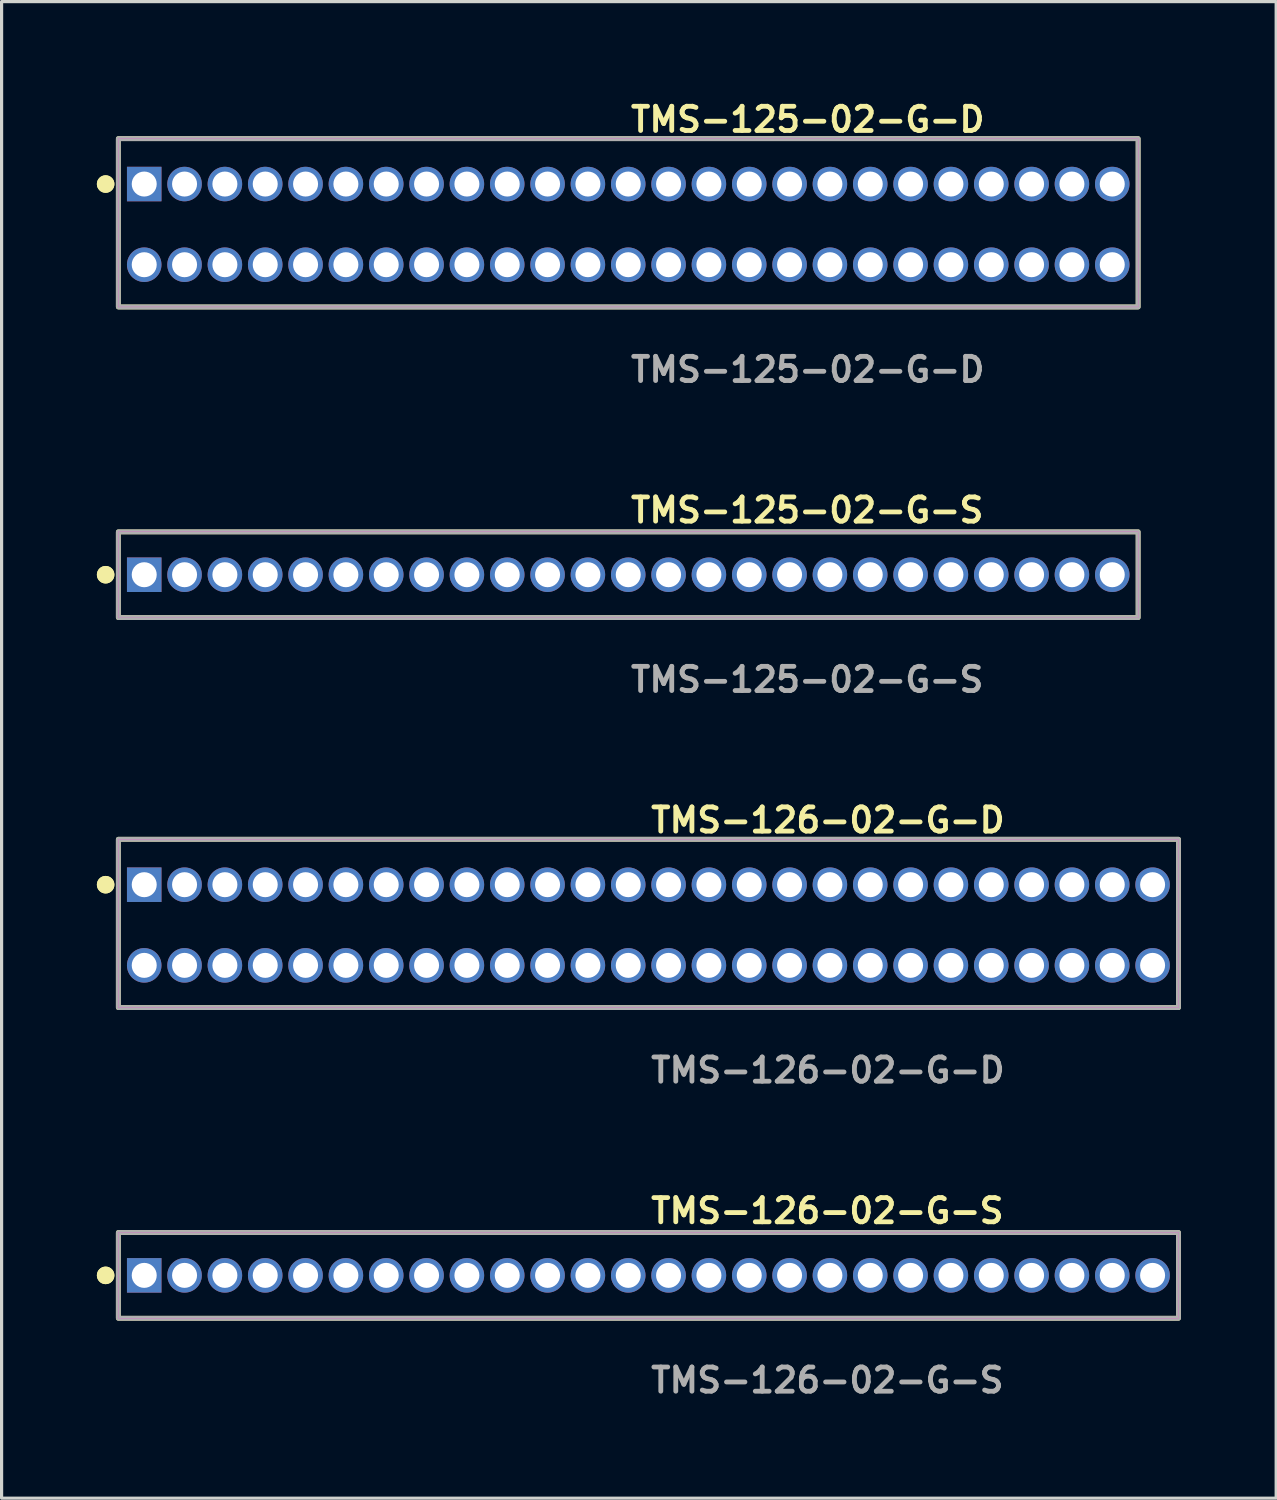
<source format=kicad_pcb>
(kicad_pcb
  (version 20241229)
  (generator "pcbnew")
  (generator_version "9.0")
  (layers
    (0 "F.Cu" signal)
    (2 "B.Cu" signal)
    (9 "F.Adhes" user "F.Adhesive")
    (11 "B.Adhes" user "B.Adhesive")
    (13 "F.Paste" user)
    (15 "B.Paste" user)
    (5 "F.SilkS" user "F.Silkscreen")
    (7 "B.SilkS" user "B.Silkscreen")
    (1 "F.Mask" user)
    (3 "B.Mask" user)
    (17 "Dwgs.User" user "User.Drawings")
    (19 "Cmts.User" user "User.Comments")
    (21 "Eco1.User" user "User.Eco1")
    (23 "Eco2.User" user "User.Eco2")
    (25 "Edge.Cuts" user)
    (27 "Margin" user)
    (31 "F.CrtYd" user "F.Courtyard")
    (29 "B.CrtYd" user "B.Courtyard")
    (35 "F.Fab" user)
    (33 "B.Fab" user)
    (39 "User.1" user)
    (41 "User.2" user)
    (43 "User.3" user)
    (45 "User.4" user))
  (footprint "TMS-126-02-G-D"
    (layer "F.Cu")
    (at 17.366 26.076)
    (property "Reference" "TMS-126-02-G-D" (at 0 -3.302 0) (unlocked yes) (layer "F.SilkS") (effects (font (size 0.762 0.762) (thickness 0.152)) (justify left)))
    (fp_rect (start -16.69 2.6) (end 16.69 -2.7) (stroke (width 0.152) (type solid)) (fill no) (layer "F.SilkS"))
    (fp_circle (center -17.09 -1.27) (end -17.29 -1.27) (stroke (width 0.152) (type solid)) (fill yes) (layer "F.SilkS"))
    (fp_circle (center -17.09 -1.27) (end -17.29 -1.27) (stroke (width 0.152) (type solid)) (fill yes) (layer "F.SilkS"))
    (fp_rect (start -16.69 2.6) (end 16.69 -2.7) (stroke (width 0.006) (type solid)) (fill no) (layer "F.CrtYd"))
    (fp_rect (start -16.69 2.6) (end 16.69 -2.7) (stroke (width 0.152) (type solid)) (fill no) (layer "F.Fab"))
    (fp_text user "${REFERENCE}" (at 0 4.572 0) (unlocked yes) (layer "F.Fab") (effects (font (size 0.762 0.762) (thickness 0.152)) (justify left)))
    (pad "1" thru_hole rect (at -15.875 -1.27) (size 1.087 1.087) (drill 0.787) (layers "*.Cu" "*.Mask"))
    (pad "2" thru_hole circle (at -15.875 1.27) (size 1.087 1.087) (drill 0.787) (layers "*.Cu" "*.Mask"))
    (pad "3" thru_hole circle (at -14.605 -1.27) (size 1.087 1.087) (drill 0.787) (layers "*.Cu" "*.Mask"))
    (pad "4" thru_hole circle (at -14.605 1.27) (size 1.087 1.087) (drill 0.787) (layers "*.Cu" "*.Mask"))
    (pad "5" thru_hole circle (at -13.335 -1.27) (size 1.087 1.087) (drill 0.787) (layers "*.Cu" "*.Mask"))
    (pad "6" thru_hole circle (at -13.335 1.27) (size 1.087 1.087) (drill 0.787) (layers "*.Cu" "*.Mask"))
    (pad "7" thru_hole circle (at -12.065 -1.27) (size 1.087 1.087) (drill 0.787) (layers "*.Cu" "*.Mask"))
    (pad "8" thru_hole circle (at -12.065 1.27) (size 1.087 1.087) (drill 0.787) (layers "*.Cu" "*.Mask"))
    (pad "9" thru_hole circle (at -10.795 -1.27) (size 1.087 1.087) (drill 0.787) (layers "*.Cu" "*.Mask"))
    (pad "10" thru_hole circle (at -10.795 1.27) (size 1.087 1.087) (drill 0.787) (layers "*.Cu" "*.Mask"))
    (pad "11" thru_hole circle (at -9.525 -1.27) (size 1.087 1.087) (drill 0.787) (layers "*.Cu" "*.Mask"))
    (pad "12" thru_hole circle (at -9.525 1.27) (size 1.087 1.087) (drill 0.787) (layers "*.Cu" "*.Mask"))
    (pad "13" thru_hole circle (at -8.255 -1.27) (size 1.087 1.087) (drill 0.787) (layers "*.Cu" "*.Mask"))
    (pad "14" thru_hole circle (at -8.255 1.27) (size 1.087 1.087) (drill 0.787) (layers "*.Cu" "*.Mask"))
    (pad "15" thru_hole circle (at -6.985 -1.27) (size 1.087 1.087) (drill 0.787) (layers "*.Cu" "*.Mask"))
    (pad "16" thru_hole circle (at -6.985 1.27) (size 1.087 1.087) (drill 0.787) (layers "*.Cu" "*.Mask"))
    (pad "17" thru_hole circle (at -5.715 -1.27) (size 1.087 1.087) (drill 0.787) (layers "*.Cu" "*.Mask"))
    (pad "18" thru_hole circle (at -5.715 1.27) (size 1.087 1.087) (drill 0.787) (layers "*.Cu" "*.Mask"))
    (pad "19" thru_hole circle (at -4.445 -1.27) (size 1.087 1.087) (drill 0.787) (layers "*.Cu" "*.Mask"))
    (pad "20" thru_hole circle (at -4.445 1.27) (size 1.087 1.087) (drill 0.787) (layers "*.Cu" "*.Mask"))
    (pad "21" thru_hole circle (at -3.175 -1.27) (size 1.087 1.087) (drill 0.787) (layers "*.Cu" "*.Mask"))
    (pad "22" thru_hole circle (at -3.175 1.27) (size 1.087 1.087) (drill 0.787) (layers "*.Cu" "*.Mask"))
    (pad "23" thru_hole circle (at -1.905 -1.27) (size 1.087 1.087) (drill 0.787) (layers "*.Cu" "*.Mask"))
    (pad "24" thru_hole circle (at -1.905 1.27) (size 1.087 1.087) (drill 0.787) (layers "*.Cu" "*.Mask"))
    (pad "25" thru_hole circle (at -0.635 -1.27) (size 1.087 1.087) (drill 0.787) (layers "*.Cu" "*.Mask"))
    (pad "26" thru_hole circle (at -0.635 1.27) (size 1.087 1.087) (drill 0.787) (layers "*.Cu" "*.Mask"))
    (pad "27" thru_hole circle (at 0.635 -1.27) (size 1.087 1.087) (drill 0.787) (layers "*.Cu" "*.Mask"))
    (pad "28" thru_hole circle (at 0.635 1.27) (size 1.087 1.087) (drill 0.787) (layers "*.Cu" "*.Mask"))
    (pad "29" thru_hole circle (at 1.905 -1.27) (size 1.087 1.087) (drill 0.787) (layers "*.Cu" "*.Mask"))
    (pad "30" thru_hole circle (at 1.905 1.27) (size 1.087 1.087) (drill 0.787) (layers "*.Cu" "*.Mask"))
    (pad "31" thru_hole circle (at 3.175 -1.27) (size 1.087 1.087) (drill 0.787) (layers "*.Cu" "*.Mask"))
    (pad "32" thru_hole circle (at 3.175 1.27) (size 1.087 1.087) (drill 0.787) (layers "*.Cu" "*.Mask"))
    (pad "33" thru_hole circle (at 4.445 -1.27) (size 1.087 1.087) (drill 0.787) (layers "*.Cu" "*.Mask"))
    (pad "34" thru_hole circle (at 4.445 1.27) (size 1.087 1.087) (drill 0.787) (layers "*.Cu" "*.Mask"))
    (pad "35" thru_hole circle (at 5.715 -1.27) (size 1.087 1.087) (drill 0.787) (layers "*.Cu" "*.Mask"))
    (pad "36" thru_hole circle (at 5.715 1.27) (size 1.087 1.087) (drill 0.787) (layers "*.Cu" "*.Mask"))
    (pad "37" thru_hole circle (at 6.985 -1.27) (size 1.087 1.087) (drill 0.787) (layers "*.Cu" "*.Mask"))
    (pad "38" thru_hole circle (at 6.985 1.27) (size 1.087 1.087) (drill 0.787) (layers "*.Cu" "*.Mask"))
    (pad "39" thru_hole circle (at 8.255 -1.27) (size 1.087 1.087) (drill 0.787) (layers "*.Cu" "*.Mask"))
    (pad "40" thru_hole circle (at 8.255 1.27) (size 1.087 1.087) (drill 0.787) (layers "*.Cu" "*.Mask"))
    (pad "41" thru_hole circle (at 9.525 -1.27) (size 1.087 1.087) (drill 0.787) (layers "*.Cu" "*.Mask"))
    (pad "42" thru_hole circle (at 9.525 1.27) (size 1.087 1.087) (drill 0.787) (layers "*.Cu" "*.Mask"))
    (pad "43" thru_hole circle (at 10.795 -1.27) (size 1.087 1.087) (drill 0.787) (layers "*.Cu" "*.Mask"))
    (pad "44" thru_hole circle (at 10.795 1.27) (size 1.087 1.087) (drill 0.787) (layers "*.Cu" "*.Mask"))
    (pad "45" thru_hole circle (at 12.065 -1.27) (size 1.087 1.087) (drill 0.787) (layers "*.Cu" "*.Mask"))
    (pad "46" thru_hole circle (at 12.065 1.27) (size 1.087 1.087) (drill 0.787) (layers "*.Cu" "*.Mask"))
    (pad "47" thru_hole circle (at 13.335 -1.27) (size 1.087 1.087) (drill 0.787) (layers "*.Cu" "*.Mask"))
    (pad "48" thru_hole circle (at 13.335 1.27) (size 1.087 1.087) (drill 0.787) (layers "*.Cu" "*.Mask"))
    (pad "49" thru_hole circle (at 14.605 -1.27) (size 1.087 1.087) (drill 0.787) (layers "*.Cu" "*.Mask"))
    (pad "50" thru_hole circle (at 14.605 1.27) (size 1.087 1.087) (drill 0.787) (layers "*.Cu" "*.Mask"))
    (pad "51" thru_hole circle (at 15.875 -1.27) (size 1.087 1.087) (drill 0.787) (layers "*.Cu" "*.Mask"))
    (pad "52" thru_hole circle (at 15.875 1.27) (size 1.087 1.087) (drill 0.787) (layers "*.Cu" "*.Mask")))
  (footprint "TMS-125-02-G-S"
    (layer "F.Cu")
    (at 16.731 15.046)
    (property "Reference" "TMS-125-02-G-S" (at 0 -2.032 0) (unlocked yes) (layer "F.SilkS") (effects (font (size 0.762 0.762) (thickness 0.152)) (justify left)))
    (fp_rect (start -16.055 1.35) (end 16.055 -1.35) (stroke (width 0.152) (type solid)) (fill no) (layer "F.SilkS"))
    (fp_circle (center -16.455 0) (end -16.655 0) (stroke (width 0.152) (type solid)) (fill yes) (layer "F.SilkS"))
    (fp_circle (center -16.455 0) (end -16.655 0) (stroke (width 0.152) (type solid)) (fill yes) (layer "F.SilkS"))
    (fp_rect (start -16.055 1.35) (end 16.055 -1.35) (stroke (width 0.006) (type solid)) (fill no) (layer "F.CrtYd"))
    (fp_rect (start -16.055 1.35) (end 16.055 -1.35) (stroke (width 0.152) (type solid)) (fill no) (layer "F.Fab"))
    (fp_text user "${REFERENCE}" (at 0 3.302 0) (unlocked yes) (layer "F.Fab") (effects (font (size 0.762 0.762) (thickness 0.152)) (justify left)))
    (pad "1" thru_hole rect (at -15.24 0) (size 1.087 1.087) (drill 0.787) (layers "*.Cu" "*.Mask"))
    (pad "2" thru_hole circle (at -13.97 0) (size 1.087 1.087) (drill 0.787) (layers "*.Cu" "*.Mask"))
    (pad "3" thru_hole circle (at -12.7 0) (size 1.087 1.087) (drill 0.787) (layers "*.Cu" "*.Mask"))
    (pad "4" thru_hole circle (at -11.43 0) (size 1.087 1.087) (drill 0.787) (layers "*.Cu" "*.Mask"))
    (pad "5" thru_hole circle (at -10.16 0) (size 1.087 1.087) (drill 0.787) (layers "*.Cu" "*.Mask"))
    (pad "6" thru_hole circle (at -8.89 0) (size 1.087 1.087) (drill 0.787) (layers "*.Cu" "*.Mask"))
    (pad "7" thru_hole circle (at -7.62 0) (size 1.087 1.087) (drill 0.787) (layers "*.Cu" "*.Mask"))
    (pad "8" thru_hole circle (at -6.35 0) (size 1.087 1.087) (drill 0.787) (layers "*.Cu" "*.Mask"))
    (pad "9" thru_hole circle (at -5.08 0) (size 1.087 1.087) (drill 0.787) (layers "*.Cu" "*.Mask"))
    (pad "10" thru_hole circle (at -3.81 0) (size 1.087 1.087) (drill 0.787) (layers "*.Cu" "*.Mask"))
    (pad "11" thru_hole circle (at -2.54 0) (size 1.087 1.087) (drill 0.787) (layers "*.Cu" "*.Mask"))
    (pad "12" thru_hole circle (at -1.27 0) (size 1.087 1.087) (drill 0.787) (layers "*.Cu" "*.Mask"))
    (pad "13" thru_hole circle (at 0 0) (size 1.087 1.087) (drill 0.787) (layers "*.Cu" "*.Mask"))
    (pad "14" thru_hole circle (at 1.27 0) (size 1.087 1.087) (drill 0.787) (layers "*.Cu" "*.Mask"))
    (pad "15" thru_hole circle (at 2.54 0) (size 1.087 1.087) (drill 0.787) (layers "*.Cu" "*.Mask"))
    (pad "16" thru_hole circle (at 3.81 0) (size 1.087 1.087) (drill 0.787) (layers "*.Cu" "*.Mask"))
    (pad "17" thru_hole circle (at 5.08 0) (size 1.087 1.087) (drill 0.787) (layers "*.Cu" "*.Mask"))
    (pad "18" thru_hole circle (at 6.35 0) (size 1.087 1.087) (drill 0.787) (layers "*.Cu" "*.Mask"))
    (pad "19" thru_hole circle (at 7.62 0) (size 1.087 1.087) (drill 0.787) (layers "*.Cu" "*.Mask"))
    (pad "20" thru_hole circle (at 8.89 0) (size 1.087 1.087) (drill 0.787) (layers "*.Cu" "*.Mask"))
    (pad "21" thru_hole circle (at 10.16 0) (size 1.087 1.087) (drill 0.787) (layers "*.Cu" "*.Mask"))
    (pad "22" thru_hole circle (at 11.43 0) (size 1.087 1.087) (drill 0.787) (layers "*.Cu" "*.Mask"))
    (pad "23" thru_hole circle (at 12.7 0) (size 1.087 1.087) (drill 0.787) (layers "*.Cu" "*.Mask"))
    (pad "24" thru_hole circle (at 13.97 0) (size 1.087 1.087) (drill 0.787) (layers "*.Cu" "*.Mask"))
    (pad "25" thru_hole circle (at 15.24 0) (size 1.087 1.087) (drill 0.787) (layers "*.Cu" "*.Mask")))
  (footprint "TMS-126-02-G-S"
    (layer "F.Cu")
    (at 17.366 37.107)
    (property "Reference" "TMS-126-02-G-S" (at 0 -2.032 0) (unlocked yes) (layer "F.SilkS") (effects (font (size 0.762 0.762) (thickness 0.152)) (justify left)))
    (fp_rect (start -16.69 1.35) (end 16.69 -1.35) (stroke (width 0.152) (type solid)) (fill no) (layer "F.SilkS"))
    (fp_circle (center -17.09 0) (end -17.29 0) (stroke (width 0.152) (type solid)) (fill yes) (layer "F.SilkS"))
    (fp_circle (center -17.09 0) (end -17.29 0) (stroke (width 0.152) (type solid)) (fill yes) (layer "F.SilkS"))
    (fp_rect (start -16.69 1.35) (end 16.69 -1.35) (stroke (width 0.006) (type solid)) (fill no) (layer "F.CrtYd"))
    (fp_rect (start -16.69 1.35) (end 16.69 -1.35) (stroke (width 0.152) (type solid)) (fill no) (layer "F.Fab"))
    (fp_text user "${REFERENCE}" (at 0 3.302 0) (unlocked yes) (layer "F.Fab") (effects (font (size 0.762 0.762) (thickness 0.152)) (justify left)))
    (pad "1" thru_hole rect (at -15.875 0) (size 1.087 1.087) (drill 0.787) (layers "*.Cu" "*.Mask"))
    (pad "2" thru_hole circle (at -14.605 0) (size 1.087 1.087) (drill 0.787) (layers "*.Cu" "*.Mask"))
    (pad "3" thru_hole circle (at -13.335 0) (size 1.087 1.087) (drill 0.787) (layers "*.Cu" "*.Mask"))
    (pad "4" thru_hole circle (at -12.065 0) (size 1.087 1.087) (drill 0.787) (layers "*.Cu" "*.Mask"))
    (pad "5" thru_hole circle (at -10.795 0) (size 1.087 1.087) (drill 0.787) (layers "*.Cu" "*.Mask"))
    (pad "6" thru_hole circle (at -9.525 0) (size 1.087 1.087) (drill 0.787) (layers "*.Cu" "*.Mask"))
    (pad "7" thru_hole circle (at -8.255 0) (size 1.087 1.087) (drill 0.787) (layers "*.Cu" "*.Mask"))
    (pad "8" thru_hole circle (at -6.985 0) (size 1.087 1.087) (drill 0.787) (layers "*.Cu" "*.Mask"))
    (pad "9" thru_hole circle (at -5.715 0) (size 1.087 1.087) (drill 0.787) (layers "*.Cu" "*.Mask"))
    (pad "10" thru_hole circle (at -4.445 0) (size 1.087 1.087) (drill 0.787) (layers "*.Cu" "*.Mask"))
    (pad "11" thru_hole circle (at -3.175 0) (size 1.087 1.087) (drill 0.787) (layers "*.Cu" "*.Mask"))
    (pad "12" thru_hole circle (at -1.905 0) (size 1.087 1.087) (drill 0.787) (layers "*.Cu" "*.Mask"))
    (pad "13" thru_hole circle (at -0.635 0) (size 1.087 1.087) (drill 0.787) (layers "*.Cu" "*.Mask"))
    (pad "14" thru_hole circle (at 0.635 0) (size 1.087 1.087) (drill 0.787) (layers "*.Cu" "*.Mask"))
    (pad "15" thru_hole circle (at 1.905 0) (size 1.087 1.087) (drill 0.787) (layers "*.Cu" "*.Mask"))
    (pad "16" thru_hole circle (at 3.175 0) (size 1.087 1.087) (drill 0.787) (layers "*.Cu" "*.Mask"))
    (pad "17" thru_hole circle (at 4.445 0) (size 1.087 1.087) (drill 0.787) (layers "*.Cu" "*.Mask"))
    (pad "18" thru_hole circle (at 5.715 0) (size 1.087 1.087) (drill 0.787) (layers "*.Cu" "*.Mask"))
    (pad "19" thru_hole circle (at 6.985 0) (size 1.087 1.087) (drill 0.787) (layers "*.Cu" "*.Mask"))
    (pad "20" thru_hole circle (at 8.255 0) (size 1.087 1.087) (drill 0.787) (layers "*.Cu" "*.Mask"))
    (pad "21" thru_hole circle (at 9.525 0) (size 1.087 1.087) (drill 0.787) (layers "*.Cu" "*.Mask"))
    (pad "22" thru_hole circle (at 10.795 0) (size 1.087 1.087) (drill 0.787) (layers "*.Cu" "*.Mask"))
    (pad "23" thru_hole circle (at 12.065 0) (size 1.087 1.087) (drill 0.787) (layers "*.Cu" "*.Mask"))
    (pad "24" thru_hole circle (at 13.335 0) (size 1.087 1.087) (drill 0.787) (layers "*.Cu" "*.Mask"))
    (pad "25" thru_hole circle (at 14.605 0) (size 1.087 1.087) (drill 0.787) (layers "*.Cu" "*.Mask"))
    (pad "26" thru_hole circle (at 15.875 0) (size 1.087 1.087) (drill 0.787) (layers "*.Cu" "*.Mask")))
  (footprint "TMS-125-02-G-D"
    (layer "F.Cu")
    (at 16.731 4.015)
    (property "Reference" "TMS-125-02-G-D" (at 0 -3.302 0) (unlocked yes) (layer "F.SilkS") (effects (font (size 0.762 0.762) (thickness 0.152)) (justify left)))
    (fp_rect (start -16.055 2.6) (end 16.055 -2.7) (stroke (width 0.152) (type solid)) (fill no) (layer "F.SilkS"))
    (fp_circle (center -16.455 -1.27) (end -16.655 -1.27) (stroke (width 0.152) (type solid)) (fill yes) (layer "F.SilkS"))
    (fp_circle (center -16.455 -1.27) (end -16.655 -1.27) (stroke (width 0.152) (type solid)) (fill yes) (layer "F.SilkS"))
    (fp_rect (start -16.055 2.6) (end 16.055 -2.7) (stroke (width 0.006) (type solid)) (fill no) (layer "F.CrtYd"))
    (fp_rect (start -16.055 2.6) (end 16.055 -2.7) (stroke (width 0.152) (type solid)) (fill no) (layer "F.Fab"))
    (fp_text user "${REFERENCE}" (at 0 4.572 0) (unlocked yes) (layer "F.Fab") (effects (font (size 0.762 0.762) (thickness 0.152)) (justify left)))
    (pad "1" thru_hole rect (at -15.24 -1.27) (size 1.087 1.087) (drill 0.787) (layers "*.Cu" "*.Mask"))
    (pad "2" thru_hole circle (at -15.24 1.27) (size 1.087 1.087) (drill 0.787) (layers "*.Cu" "*.Mask"))
    (pad "3" thru_hole circle (at -13.97 -1.27) (size 1.087 1.087) (drill 0.787) (layers "*.Cu" "*.Mask"))
    (pad "4" thru_hole circle (at -13.97 1.27) (size 1.087 1.087) (drill 0.787) (layers "*.Cu" "*.Mask"))
    (pad "5" thru_hole circle (at -12.7 -1.27) (size 1.087 1.087) (drill 0.787) (layers "*.Cu" "*.Mask"))
    (pad "6" thru_hole circle (at -12.7 1.27) (size 1.087 1.087) (drill 0.787) (layers "*.Cu" "*.Mask"))
    (pad "7" thru_hole circle (at -11.43 -1.27) (size 1.087 1.087) (drill 0.787) (layers "*.Cu" "*.Mask"))
    (pad "8" thru_hole circle (at -11.43 1.27) (size 1.087 1.087) (drill 0.787) (layers "*.Cu" "*.Mask"))
    (pad "9" thru_hole circle (at -10.16 -1.27) (size 1.087 1.087) (drill 0.787) (layers "*.Cu" "*.Mask"))
    (pad "10" thru_hole circle (at -10.16 1.27) (size 1.087 1.087) (drill 0.787) (layers "*.Cu" "*.Mask"))
    (pad "11" thru_hole circle (at -8.89 -1.27) (size 1.087 1.087) (drill 0.787) (layers "*.Cu" "*.Mask"))
    (pad "12" thru_hole circle (at -8.89 1.27) (size 1.087 1.087) (drill 0.787) (layers "*.Cu" "*.Mask"))
    (pad "13" thru_hole circle (at -7.62 -1.27) (size 1.087 1.087) (drill 0.787) (layers "*.Cu" "*.Mask"))
    (pad "14" thru_hole circle (at -7.62 1.27) (size 1.087 1.087) (drill 0.787) (layers "*.Cu" "*.Mask"))
    (pad "15" thru_hole circle (at -6.35 -1.27) (size 1.087 1.087) (drill 0.787) (layers "*.Cu" "*.Mask"))
    (pad "16" thru_hole circle (at -6.35 1.27) (size 1.087 1.087) (drill 0.787) (layers "*.Cu" "*.Mask"))
    (pad "17" thru_hole circle (at -5.08 -1.27) (size 1.087 1.087) (drill 0.787) (layers "*.Cu" "*.Mask"))
    (pad "18" thru_hole circle (at -5.08 1.27) (size 1.087 1.087) (drill 0.787) (layers "*.Cu" "*.Mask"))
    (pad "19" thru_hole circle (at -3.81 -1.27) (size 1.087 1.087) (drill 0.787) (layers "*.Cu" "*.Mask"))
    (pad "20" thru_hole circle (at -3.81 1.27) (size 1.087 1.087) (drill 0.787) (layers "*.Cu" "*.Mask"))
    (pad "21" thru_hole circle (at -2.54 -1.27) (size 1.087 1.087) (drill 0.787) (layers "*.Cu" "*.Mask"))
    (pad "22" thru_hole circle (at -2.54 1.27) (size 1.087 1.087) (drill 0.787) (layers "*.Cu" "*.Mask"))
    (pad "23" thru_hole circle (at -1.27 -1.27) (size 1.087 1.087) (drill 0.787) (layers "*.Cu" "*.Mask"))
    (pad "24" thru_hole circle (at -1.27 1.27) (size 1.087 1.087) (drill 0.787) (layers "*.Cu" "*.Mask"))
    (pad "25" thru_hole circle (at 0 -1.27) (size 1.087 1.087) (drill 0.787) (layers "*.Cu" "*.Mask"))
    (pad "26" thru_hole circle (at 0 1.27) (size 1.087 1.087) (drill 0.787) (layers "*.Cu" "*.Mask"))
    (pad "27" thru_hole circle (at 1.27 -1.27) (size 1.087 1.087) (drill 0.787) (layers "*.Cu" "*.Mask"))
    (pad "28" thru_hole circle (at 1.27 1.27) (size 1.087 1.087) (drill 0.787) (layers "*.Cu" "*.Mask"))
    (pad "29" thru_hole circle (at 2.54 -1.27) (size 1.087 1.087) (drill 0.787) (layers "*.Cu" "*.Mask"))
    (pad "30" thru_hole circle (at 2.54 1.27) (size 1.087 1.087) (drill 0.787) (layers "*.Cu" "*.Mask"))
    (pad "31" thru_hole circle (at 3.81 -1.27) (size 1.087 1.087) (drill 0.787) (layers "*.Cu" "*.Mask"))
    (pad "32" thru_hole circle (at 3.81 1.27) (size 1.087 1.087) (drill 0.787) (layers "*.Cu" "*.Mask"))
    (pad "33" thru_hole circle (at 5.08 -1.27) (size 1.087 1.087) (drill 0.787) (layers "*.Cu" "*.Mask"))
    (pad "34" thru_hole circle (at 5.08 1.27) (size 1.087 1.087) (drill 0.787) (layers "*.Cu" "*.Mask"))
    (pad "35" thru_hole circle (at 6.35 -1.27) (size 1.087 1.087) (drill 0.787) (layers "*.Cu" "*.Mask"))
    (pad "36" thru_hole circle (at 6.35 1.27) (size 1.087 1.087) (drill 0.787) (layers "*.Cu" "*.Mask"))
    (pad "37" thru_hole circle (at 7.62 -1.27) (size 1.087 1.087) (drill 0.787) (layers "*.Cu" "*.Mask"))
    (pad "38" thru_hole circle (at 7.62 1.27) (size 1.087 1.087) (drill 0.787) (layers "*.Cu" "*.Mask"))
    (pad "39" thru_hole circle (at 8.89 -1.27) (size 1.087 1.087) (drill 0.787) (layers "*.Cu" "*.Mask"))
    (pad "40" thru_hole circle (at 8.89 1.27) (size 1.087 1.087) (drill 0.787) (layers "*.Cu" "*.Mask"))
    (pad "41" thru_hole circle (at 10.16 -1.27) (size 1.087 1.087) (drill 0.787) (layers "*.Cu" "*.Mask"))
    (pad "42" thru_hole circle (at 10.16 1.27) (size 1.087 1.087) (drill 0.787) (layers "*.Cu" "*.Mask"))
    (pad "43" thru_hole circle (at 11.43 -1.27) (size 1.087 1.087) (drill 0.787) (layers "*.Cu" "*.Mask"))
    (pad "44" thru_hole circle (at 11.43 1.27) (size 1.087 1.087) (drill 0.787) (layers "*.Cu" "*.Mask"))
    (pad "45" thru_hole circle (at 12.7 -1.27) (size 1.087 1.087) (drill 0.787) (layers "*.Cu" "*.Mask"))
    (pad "46" thru_hole circle (at 12.7 1.27) (size 1.087 1.087) (drill 0.787) (layers "*.Cu" "*.Mask"))
    (pad "47" thru_hole circle (at 13.97 -1.27) (size 1.087 1.087) (drill 0.787) (layers "*.Cu" "*.Mask"))
    (pad "48" thru_hole circle (at 13.97 1.27) (size 1.087 1.087) (drill 0.787) (layers "*.Cu" "*.Mask"))
    (pad "49" thru_hole circle (at 15.24 -1.27) (size 1.087 1.087) (drill 0.787) (layers "*.Cu" "*.Mask"))
    (pad "50" thru_hole circle (at 15.24 1.27) (size 1.087 1.087) (drill 0.787) (layers "*.Cu" "*.Mask")))
  (gr_rect
    (start -3 -3)
    (end 37.132 44.122)
    (stroke (width 0.1) (type default))
    (fill no)
    (layer "Edge.Cuts")))
</source>
